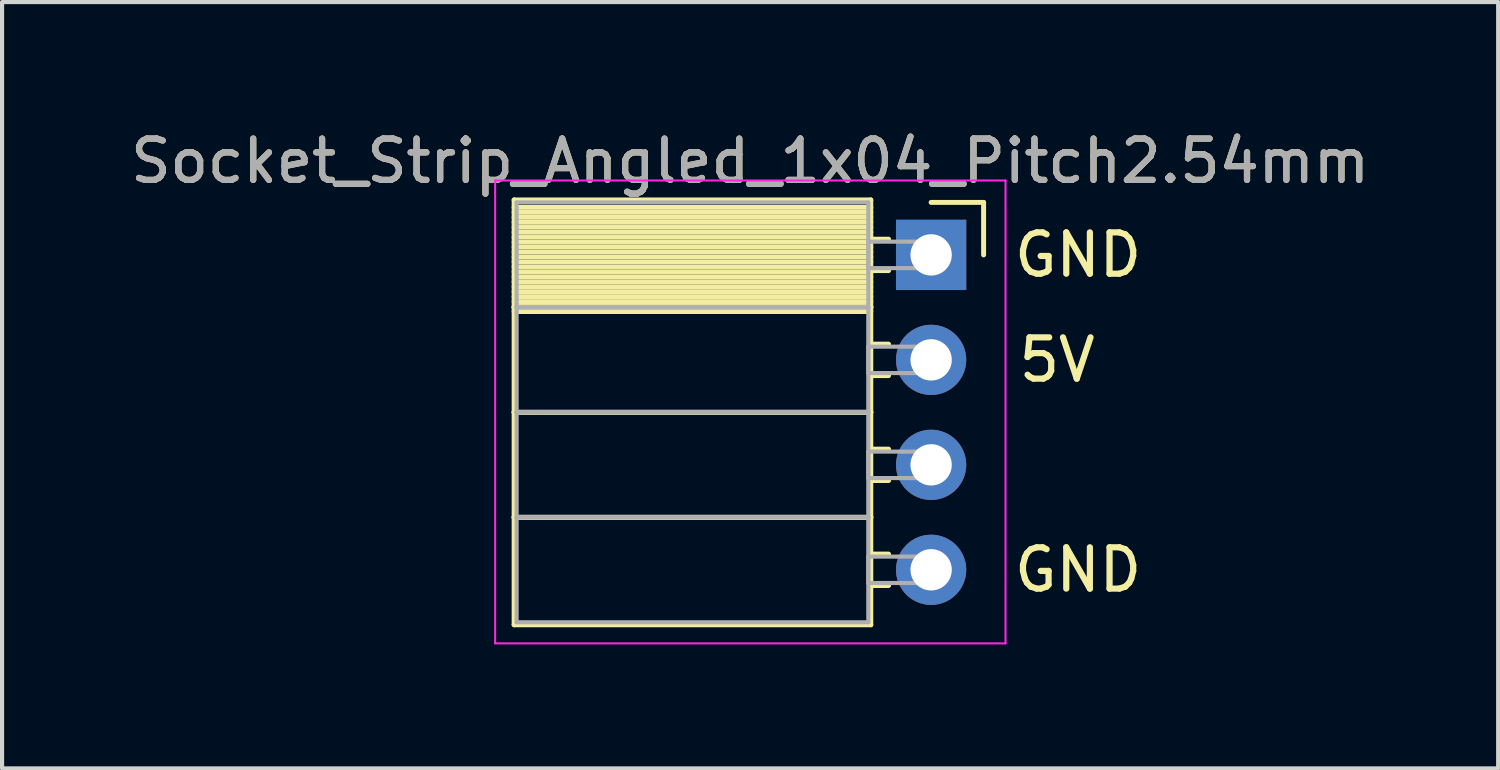
<source format=kicad_pcb>
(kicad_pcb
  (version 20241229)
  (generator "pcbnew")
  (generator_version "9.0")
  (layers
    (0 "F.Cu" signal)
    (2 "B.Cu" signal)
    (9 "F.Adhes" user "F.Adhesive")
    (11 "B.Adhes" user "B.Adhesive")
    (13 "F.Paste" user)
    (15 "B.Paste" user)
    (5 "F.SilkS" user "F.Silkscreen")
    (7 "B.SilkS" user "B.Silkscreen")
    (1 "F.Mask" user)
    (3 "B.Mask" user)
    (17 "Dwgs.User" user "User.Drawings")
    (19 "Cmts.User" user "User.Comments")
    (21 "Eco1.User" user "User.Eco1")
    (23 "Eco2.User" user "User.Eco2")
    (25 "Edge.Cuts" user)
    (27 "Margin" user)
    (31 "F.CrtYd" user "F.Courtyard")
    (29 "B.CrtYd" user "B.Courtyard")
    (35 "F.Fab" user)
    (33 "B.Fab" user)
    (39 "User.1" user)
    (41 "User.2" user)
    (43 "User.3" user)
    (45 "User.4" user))
  (footprint "Socket_Strip_Angled_1x04_Pitch2.54mm"
    (layer "F.Cu")
    (at 19.481 3.118)
    (property "Reference" "Socket_Strip_Angled_1x04_Pitch2.54mm" (at -4.38 -2.27 0) (layer "F.SilkS") (effects (font (size 1 1) (thickness 0.15))))
    (attr through_hole)
    (fp_line (start -10.09 -1.33) (end -1.46 -1.33) (stroke (width 0.12) (type solid)) (layer "F.SilkS"))
    (fp_line (start -10.09 1.27) (end -10.09 -1.33) (stroke (width 0.12) (type solid)) (layer "F.SilkS"))
    (fp_line (start -10.09 1.27) (end -1.46 1.27) (stroke (width 0.12) (type solid)) (layer "F.SilkS"))
    (fp_line (start -10.09 3.81) (end -10.09 1.27) (stroke (width 0.12) (type solid)) (layer "F.SilkS"))
    (fp_line (start -10.09 3.81) (end -1.46 3.81) (stroke (width 0.12) (type solid)) (layer "F.SilkS"))
    (fp_line (start -10.09 6.35) (end -10.09 3.81) (stroke (width 0.12) (type solid)) (layer "F.SilkS"))
    (fp_line (start -10.09 6.35) (end -1.46 6.35) (stroke (width 0.12) (type solid)) (layer "F.SilkS"))
    (fp_line (start -10.09 8.95) (end -10.09 6.35) (stroke (width 0.12) (type solid)) (layer "F.SilkS"))
    (fp_line (start -1.46 -1.33) (end -1.46 1.27) (stroke (width 0.12) (type solid)) (layer "F.SilkS"))
    (fp_line (start -1.46 -1.15) (end -10.09 -1.15) (stroke (width 0.12) (type solid)) (layer "F.SilkS"))
    (fp_line (start -1.46 -1.03) (end -10.09 -1.03) (stroke (width 0.12) (type solid)) (layer "F.SilkS"))
    (fp_line (start -1.46 -0.91) (end -10.09 -0.91) (stroke (width 0.12) (type solid)) (layer "F.SilkS"))
    (fp_line (start -1.46 -0.79) (end -10.09 -0.79) (stroke (width 0.12) (type solid)) (layer "F.SilkS"))
    (fp_line (start -1.46 -0.67) (end -10.09 -0.67) (stroke (width 0.12) (type solid)) (layer "F.SilkS"))
    (fp_line (start -1.46 -0.55) (end -10.09 -0.55) (stroke (width 0.12) (type solid)) (layer "F.SilkS"))
    (fp_line (start -1.46 -0.43) (end -10.09 -0.43) (stroke (width 0.12) (type solid)) (layer "F.SilkS"))
    (fp_line (start -1.46 -0.31) (end -10.09 -0.31) (stroke (width 0.12) (type solid)) (layer "F.SilkS"))
    (fp_line (start -1.46 -0.19) (end -10.09 -0.19) (stroke (width 0.12) (type solid)) (layer "F.SilkS"))
    (fp_line (start -1.46 -0.07) (end -10.09 -0.07) (stroke (width 0.12) (type solid)) (layer "F.SilkS"))
    (fp_line (start -1.46 0.05) (end -10.09 0.05) (stroke (width 0.12) (type solid)) (layer "F.SilkS"))
    (fp_line (start -1.46 0.17) (end -10.09 0.17) (stroke (width 0.12) (type solid)) (layer "F.SilkS"))
    (fp_line (start -1.46 0.29) (end -10.09 0.29) (stroke (width 0.12) (type solid)) (layer "F.SilkS"))
    (fp_line (start -1.46 0.41) (end -10.09 0.41) (stroke (width 0.12) (type solid)) (layer "F.SilkS"))
    (fp_line (start -1.46 0.53) (end -10.09 0.53) (stroke (width 0.12) (type solid)) (layer "F.SilkS"))
    (fp_line (start -1.46 0.65) (end -10.09 0.65) (stroke (width 0.12) (type solid)) (layer "F.SilkS"))
    (fp_line (start -1.46 0.77) (end -10.09 0.77) (stroke (width 0.12) (type solid)) (layer "F.SilkS"))
    (fp_line (start -1.46 0.89) (end -10.09 0.89) (stroke (width 0.12) (type solid)) (layer "F.SilkS"))
    (fp_line (start -1.46 1.01) (end -10.09 1.01) (stroke (width 0.12) (type solid)) (layer "F.SilkS"))
    (fp_line (start -1.46 1.13) (end -10.09 1.13) (stroke (width 0.12) (type solid)) (layer "F.SilkS"))
    (fp_line (start -1.46 1.25) (end -10.09 1.25) (stroke (width 0.12) (type solid)) (layer "F.SilkS"))
    (fp_line (start -1.46 1.27) (end -10.09 1.27) (stroke (width 0.12) (type solid)) (layer "F.SilkS"))
    (fp_line (start -1.46 1.27) (end -1.46 3.81) (stroke (width 0.12) (type solid)) (layer "F.SilkS"))
    (fp_line (start -1.46 1.37) (end -10.09 1.37) (stroke (width 0.12) (type solid)) (layer "F.SilkS"))
    (fp_line (start -1.46 3.81) (end -10.09 3.81) (stroke (width 0.12) (type solid)) (layer "F.SilkS"))
    (fp_line (start -1.46 3.81) (end -1.46 6.35) (stroke (width 0.12) (type solid)) (layer "F.SilkS"))
    (fp_line (start -1.46 6.35) (end -10.09 6.35) (stroke (width 0.12) (type solid)) (layer "F.SilkS"))
    (fp_line (start -1.46 6.35) (end -1.46 8.95) (stroke (width 0.12) (type solid)) (layer "F.SilkS"))
    (fp_line (start -1.46 8.95) (end -10.09 8.95) (stroke (width 0.12) (type solid)) (layer "F.SilkS"))
    (fp_line (start -1.03 -0.38) (end -1.46 -0.38) (stroke (width 0.12) (type solid)) (layer "F.SilkS"))
    (fp_line (start -1.03 0.38) (end -1.46 0.38) (stroke (width 0.12) (type solid)) (layer "F.SilkS"))
    (fp_line (start -1.03 2.16) (end -1.46 2.16) (stroke (width 0.12) (type solid)) (layer "F.SilkS"))
    (fp_line (start -1.03 2.92) (end -1.46 2.92) (stroke (width 0.12) (type solid)) (layer "F.SilkS"))
    (fp_line (start -1.03 4.7) (end -1.46 4.7) (stroke (width 0.12) (type solid)) (layer "F.SilkS"))
    (fp_line (start -1.03 5.46) (end -1.46 5.46) (stroke (width 0.12) (type solid)) (layer "F.SilkS"))
    (fp_line (start -1.03 7.24) (end -1.46 7.24) (stroke (width 0.12) (type solid)) (layer "F.SilkS"))
    (fp_line (start -1.03 8) (end -1.46 8) (stroke (width 0.12) (type solid)) (layer "F.SilkS"))
    (fp_line (start 0 -1.27) (end 1.27 -1.27) (stroke (width 0.12) (type solid)) (layer "F.SilkS"))
    (fp_line (start 1.27 -1.27) (end 1.27 0) (stroke (width 0.12) (type solid)) (layer "F.SilkS"))
    (fp_line (start -10.55 -1.8) (end 1.8 -1.8) (stroke (width 0.05) (type solid)) (layer "F.CrtYd"))
    (fp_line (start -10.55 9.4) (end -10.55 -1.8) (stroke (width 0.05) (type solid)) (layer "F.CrtYd"))
    (fp_line (start 1.8 -1.8) (end 1.8 9.4) (stroke (width 0.05) (type solid)) (layer "F.CrtYd"))
    (fp_line (start 1.8 9.4) (end -10.55 9.4) (stroke (width 0.05) (type solid)) (layer "F.CrtYd"))
    (fp_line (start -10.03 -1.27) (end -1.52 -1.27) (stroke (width 0.1) (type solid)) (layer "F.Fab"))
    (fp_line (start -10.03 1.27) (end -10.03 -1.27) (stroke (width 0.1) (type solid)) (layer "F.Fab"))
    (fp_line (start -10.03 1.27) (end -1.52 1.27) (stroke (width 0.1) (type solid)) (layer "F.Fab"))
    (fp_line (start -10.03 3.81) (end -10.03 1.27) (stroke (width 0.1) (type solid)) (layer "F.Fab"))
    (fp_line (start -10.03 3.81) (end -1.52 3.81) (stroke (width 0.1) (type solid)) (layer "F.Fab"))
    (fp_line (start -10.03 6.35) (end -10.03 3.81) (stroke (width 0.1) (type solid)) (layer "F.Fab"))
    (fp_line (start -10.03 6.35) (end -1.52 6.35) (stroke (width 0.1) (type solid)) (layer "F.Fab"))
    (fp_line (start -10.03 8.89) (end -10.03 6.35) (stroke (width 0.1) (type solid)) (layer "F.Fab"))
    (fp_line (start -1.52 -1.27) (end -1.52 1.27) (stroke (width 0.1) (type solid)) (layer "F.Fab"))
    (fp_line (start -1.52 -0.32) (end 0 -0.32) (stroke (width 0.1) (type solid)) (layer "F.Fab"))
    (fp_line (start -1.52 0.32) (end -1.52 -0.32) (stroke (width 0.1) (type solid)) (layer "F.Fab"))
    (fp_line (start -1.52 1.27) (end -10.03 1.27) (stroke (width 0.1) (type solid)) (layer "F.Fab"))
    (fp_line (start -1.52 1.27) (end -1.52 3.81) (stroke (width 0.1) (type solid)) (layer "F.Fab"))
    (fp_line (start -1.52 2.22) (end 0 2.22) (stroke (width 0.1) (type solid)) (layer "F.Fab"))
    (fp_line (start -1.52 2.86) (end -1.52 2.22) (stroke (width 0.1) (type solid)) (layer "F.Fab"))
    (fp_line (start -1.52 3.81) (end -10.03 3.81) (stroke (width 0.1) (type solid)) (layer "F.Fab"))
    (fp_line (start -1.52 3.81) (end -1.52 6.35) (stroke (width 0.1) (type solid)) (layer "F.Fab"))
    (fp_line (start -1.52 4.76) (end 0 4.76) (stroke (width 0.1) (type solid)) (layer "F.Fab"))
    (fp_line (start -1.52 5.4) (end -1.52 4.76) (stroke (width 0.1) (type solid)) (layer "F.Fab"))
    (fp_line (start -1.52 6.35) (end -10.03 6.35) (stroke (width 0.1) (type solid)) (layer "F.Fab"))
    (fp_line (start -1.52 6.35) (end -1.52 8.89) (stroke (width 0.1) (type solid)) (layer "F.Fab"))
    (fp_line (start -1.52 7.3) (end 0 7.3) (stroke (width 0.1) (type solid)) (layer "F.Fab"))
    (fp_line (start -1.52 7.94) (end -1.52 7.3) (stroke (width 0.1) (type solid)) (layer "F.Fab"))
    (fp_line (start -1.52 8.89) (end -10.03 8.89) (stroke (width 0.1) (type solid)) (layer "F.Fab"))
    (fp_line (start 0 -0.32) (end 0 0.32) (stroke (width 0.1) (type solid)) (layer "F.Fab"))
    (fp_line (start 0 0.32) (end -1.52 0.32) (stroke (width 0.1) (type solid)) (layer "F.Fab"))
    (fp_line (start 0 2.22) (end 0 2.86) (stroke (width 0.1) (type solid)) (layer "F.Fab"))
    (fp_line (start 0 2.86) (end -1.52 2.86) (stroke (width 0.1) (type solid)) (layer "F.Fab"))
    (fp_line (start 0 4.76) (end 0 5.4) (stroke (width 0.1) (type solid)) (layer "F.Fab"))
    (fp_line (start 0 5.4) (end -1.52 5.4) (stroke (width 0.1) (type solid)) (layer "F.Fab"))
    (fp_line (start 0 7.3) (end 0 7.94) (stroke (width 0.1) (type solid)) (layer "F.Fab"))
    (fp_line (start 0 7.94) (end -1.52 7.94) (stroke (width 0.1) (type solid)) (layer "F.Fab"))
    (fp_text user "GND" (at 3.556 0 0) (layer "F.SilkS") (effects (font (size 1 1) (thickness 0.15))))
    (fp_text user "5V" (at 3.048 2.54 0) (layer "F.SilkS") (effects (font (size 1 1) (thickness 0.15))))
    (fp_text user "GND" (at 3.556 7.62 0) (layer "F.SilkS") (effects (font (size 1 1) (thickness 0.15))))
    (fp_text user "${REFERENCE}" (at -4.38 -2.27 0) (layer "F.Fab") (effects (font (size 1 1) (thickness 0.15))))
    (pad "1" thru_hole rect (at 0 0) (size 1.7 1.7) (drill 1) (layers "*.Cu" "*.Mask"))
    (pad "2" thru_hole oval (at 0 2.54) (size 1.7 1.7) (drill 1) (layers "*.Cu" "*.Mask"))
    (pad "3" thru_hole oval (at 0 5.08) (size 1.7 1.7) (drill 1) (layers "*.Cu" "*.Mask"))
    (pad "4" thru_hole oval (at 0 7.62) (size 1.7 1.7) (drill 1) (layers "*.Cu" "*.Mask")))
  (gr_rect
    (start -3 -3)
    (end 33.202 15.543)
    (stroke (width 0.1) (type default))
    (fill no)
    (layer "Edge.Cuts")))
</source>
